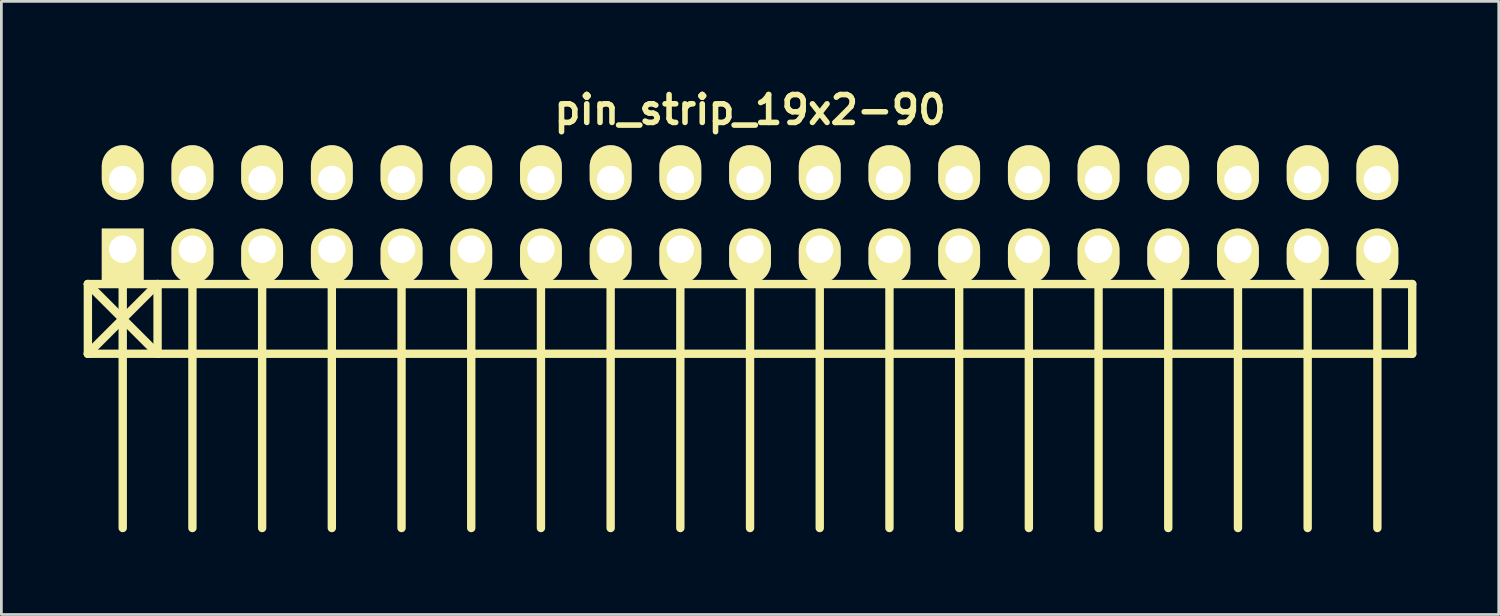
<source format=kicad_pcb>
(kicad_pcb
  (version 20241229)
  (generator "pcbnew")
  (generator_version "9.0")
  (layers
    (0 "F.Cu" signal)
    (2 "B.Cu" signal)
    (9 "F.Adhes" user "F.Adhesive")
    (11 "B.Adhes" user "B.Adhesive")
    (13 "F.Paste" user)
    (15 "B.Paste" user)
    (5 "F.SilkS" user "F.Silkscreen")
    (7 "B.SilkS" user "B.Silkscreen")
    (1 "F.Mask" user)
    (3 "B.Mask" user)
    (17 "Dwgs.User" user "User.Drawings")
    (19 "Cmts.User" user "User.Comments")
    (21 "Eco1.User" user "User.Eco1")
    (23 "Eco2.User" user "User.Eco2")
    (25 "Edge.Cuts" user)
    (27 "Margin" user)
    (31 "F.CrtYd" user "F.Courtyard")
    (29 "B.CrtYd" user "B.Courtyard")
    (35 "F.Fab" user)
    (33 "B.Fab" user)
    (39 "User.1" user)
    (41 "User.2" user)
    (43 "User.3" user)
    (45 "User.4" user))
  (footprint "pin_strip_19x2-90"
    (layer "F.Cu")
    (at 24.282 4.761)
    (property "Reference" "pin_strip_19x2-90" (at 0 -3.81 0) (layer "F.SilkS") (effects (font (size 1.016 1.016) (thickness 0.203))))
    (attr through_hole)
    (fp_line (start -24.13 2.54) (end -21.59 5.08) (stroke (width 0.305) (type solid)) (layer "F.SilkS"))
    (fp_line (start -24.13 5.08) (end -24.13 2.54) (stroke (width 0.305) (type solid)) (layer "F.SilkS"))
    (fp_line (start -24.13 5.08) (end 24.13 5.08) (stroke (width 0.305) (type solid)) (layer "F.SilkS"))
    (fp_line (start -22.86 1.27) (end -22.86 11.43) (stroke (width 0.305) (type solid)) (layer "F.SilkS"))
    (fp_line (start -21.59 2.54) (end -24.13 5.08) (stroke (width 0.305) (type solid)) (layer "F.SilkS"))
    (fp_line (start -21.59 5.08) (end -21.59 2.54) (stroke (width 0.305) (type solid)) (layer "F.SilkS"))
    (fp_line (start -20.32 1.27) (end -20.32 11.43) (stroke (width 0.305) (type solid)) (layer "F.SilkS"))
    (fp_line (start -17.78 11.43) (end -17.78 1.27) (stroke (width 0.305) (type solid)) (layer "F.SilkS"))
    (fp_line (start -15.24 1.27) (end -15.24 11.43) (stroke (width 0.305) (type solid)) (layer "F.SilkS"))
    (fp_line (start -12.7 1.27) (end -12.7 11.43) (stroke (width 0.305) (type solid)) (layer "F.SilkS"))
    (fp_line (start -10.16 1.27) (end -10.16 11.43) (stroke (width 0.305) (type solid)) (layer "F.SilkS"))
    (fp_line (start -7.62 1.27) (end -7.62 11.43) (stroke (width 0.305) (type solid)) (layer "F.SilkS"))
    (fp_line (start -5.08 1.27) (end -5.08 11.43) (stroke (width 0.305) (type solid)) (layer "F.SilkS"))
    (fp_line (start -2.54 1.27) (end -2.54 11.43) (stroke (width 0.305) (type solid)) (layer "F.SilkS"))
    (fp_line (start 0 1.27) (end 0 11.43) (stroke (width 0.305) (type solid)) (layer "F.SilkS"))
    (fp_line (start 2.54 1.27) (end 2.54 11.43) (stroke (width 0.305) (type solid)) (layer "F.SilkS"))
    (fp_line (start 5.08 1.27) (end 5.08 11.43) (stroke (width 0.305) (type solid)) (layer "F.SilkS"))
    (fp_line (start 7.62 11.43) (end 7.62 1.27) (stroke (width 0.305) (type solid)) (layer "F.SilkS"))
    (fp_line (start 10.16 1.27) (end 10.16 11.43) (stroke (width 0.305) (type solid)) (layer "F.SilkS"))
    (fp_line (start 12.7 1.27) (end 12.7 11.43) (stroke (width 0.305) (type solid)) (layer "F.SilkS"))
    (fp_line (start 15.24 1.27) (end 15.24 11.43) (stroke (width 0.305) (type solid)) (layer "F.SilkS"))
    (fp_line (start 17.78 1.27) (end 17.78 11.43) (stroke (width 0.305) (type solid)) (layer "F.SilkS"))
    (fp_line (start 20.32 1.27) (end 20.32 11.43) (stroke (width 0.305) (type solid)) (layer "F.SilkS"))
    (fp_line (start 22.86 1.27) (end 22.86 11.43) (stroke (width 0.305) (type solid)) (layer "F.SilkS"))
    (fp_line (start 24.13 2.54) (end -24.13 2.54) (stroke (width 0.305) (type solid)) (layer "F.SilkS"))
    (fp_line (start 24.13 2.54) (end 24.13 5.08) (stroke (width 0.305) (type solid)) (layer "F.SilkS"))
    (pad "1" thru_hole rect (at -22.86 1.27) (size 1.524 1.999) (drill 1.001 (offset 0 0.249)) (layers "*.Cu" "*.Mask" "F.SilkS"))
    (pad "2" thru_hole oval (at -22.86 -1.27) (size 1.524 1.999) (drill 1.001 (offset 0 -0.249)) (layers "*.Cu" "*.Mask" "F.SilkS"))
    (pad "3" thru_hole oval (at -20.32 1.27) (size 1.524 1.999) (drill 1.001 (offset 0 0.249)) (layers "*.Cu" "*.Mask" "F.SilkS"))
    (pad "4" thru_hole oval (at -20.32 -1.27) (size 1.524 1.999) (drill 1.001 (offset 0 -0.249)) (layers "*.Cu" "*.Mask" "F.SilkS"))
    (pad "5" thru_hole oval (at -17.78 1.27) (size 1.524 1.999) (drill 1.001 (offset 0 0.249)) (layers "*.Cu" "*.Mask" "F.SilkS"))
    (pad "6" thru_hole oval (at -17.78 -1.27) (size 1.524 1.999) (drill 1.001 (offset 0 -0.249)) (layers "*.Cu" "*.Mask" "F.SilkS"))
    (pad "7" thru_hole oval (at -15.24 1.27) (size 1.524 1.999) (drill 1.001 (offset 0 0.249)) (layers "*.Cu" "*.Mask" "F.SilkS"))
    (pad "8" thru_hole oval (at -15.24 -1.27) (size 1.524 1.999) (drill 1.001 (offset 0 -0.249)) (layers "*.Cu" "*.Mask" "F.SilkS"))
    (pad "9" thru_hole oval (at -12.7 1.27) (size 1.524 1.999) (drill 1.001 (offset 0 0.249)) (layers "*.Cu" "*.Mask" "F.SilkS"))
    (pad "10" thru_hole oval (at -12.7 -1.27) (size 1.524 1.999) (drill 1.001 (offset 0 -0.249)) (layers "*.Cu" "*.Mask" "F.SilkS"))
    (pad "11" thru_hole oval (at -10.16 1.27) (size 1.524 1.999) (drill 1.001 (offset 0 0.249)) (layers "*.Cu" "*.Mask" "F.SilkS"))
    (pad "12" thru_hole oval (at -10.16 -1.27) (size 1.524 1.999) (drill 1.001 (offset 0 -0.249)) (layers "*.Cu" "*.Mask" "F.SilkS"))
    (pad "13" thru_hole oval (at -7.62 1.27) (size 1.524 1.999) (drill 1.001 (offset 0 0.249)) (layers "*.Cu" "*.Mask" "F.SilkS"))
    (pad "14" thru_hole oval (at -7.62 -1.27) (size 1.524 1.999) (drill 1.001 (offset 0 -0.249)) (layers "*.Cu" "*.Mask" "F.SilkS"))
    (pad "15" thru_hole oval (at -5.08 1.27) (size 1.524 1.999) (drill 1.001 (offset 0 0.249)) (layers "*.Cu" "*.Mask" "F.SilkS"))
    (pad "16" thru_hole oval (at -5.08 -1.27) (size 1.524 1.999) (drill 1.001 (offset 0 -0.249)) (layers "*.Cu" "*.Mask" "F.SilkS"))
    (pad "17" thru_hole oval (at -2.54 1.27) (size 1.524 1.999) (drill 1.001 (offset 0 0.249)) (layers "*.Cu" "*.Mask" "F.SilkS"))
    (pad "18" thru_hole oval (at -2.54 -1.27) (size 1.524 1.999) (drill 1.001 (offset 0 -0.249)) (layers "*.Cu" "*.Mask" "F.SilkS"))
    (pad "19" thru_hole oval (at 0 1.27) (size 1.524 1.999) (drill 1.001 (offset 0 0.249)) (layers "*.Cu" "*.Mask" "F.SilkS"))
    (pad "20" thru_hole oval (at 0 -1.27) (size 1.524 1.999) (drill 1.001 (offset 0 -0.249)) (layers "*.Cu" "*.Mask" "F.SilkS"))
    (pad "21" thru_hole oval (at 2.54 1.27) (size 1.524 1.999) (drill 1.001 (offset 0 0.249)) (layers "*.Cu" "*.Mask" "F.SilkS"))
    (pad "22" thru_hole oval (at 2.54 -1.27) (size 1.524 1.999) (drill 1.001 (offset 0 -0.249)) (layers "*.Cu" "*.Mask" "F.SilkS"))
    (pad "23" thru_hole oval (at 5.08 1.27) (size 1.524 1.999) (drill 1.001 (offset 0 0.249)) (layers "*.Cu" "*.Mask" "F.SilkS"))
    (pad "24" thru_hole oval (at 5.08 -1.27) (size 1.524 1.999) (drill 1.001 (offset 0 -0.249)) (layers "*.Cu" "*.Mask" "F.SilkS"))
    (pad "25" thru_hole oval (at 7.62 1.27) (size 1.524 1.999) (drill 1.001 (offset 0 0.249)) (layers "*.Cu" "*.Mask" "F.SilkS"))
    (pad "26" thru_hole oval (at 7.62 -1.27) (size 1.524 1.999) (drill 1.001 (offset 0 -0.249)) (layers "*.Cu" "*.Mask" "F.SilkS"))
    (pad "27" thru_hole oval (at 10.16 1.27) (size 1.524 1.999) (drill 1.001 (offset 0 0.249)) (layers "*.Cu" "*.Mask" "F.SilkS"))
    (pad "28" thru_hole oval (at 10.16 -1.27) (size 1.524 1.999) (drill 1.001 (offset 0 -0.249)) (layers "*.Cu" "*.Mask" "F.SilkS"))
    (pad "29" thru_hole oval (at 12.7 1.27) (size 1.524 1.999) (drill 1.001 (offset 0 0.249)) (layers "*.Cu" "*.Mask" "F.SilkS"))
    (pad "30" thru_hole oval (at 12.7 -1.27) (size 1.524 1.999) (drill 1.001 (offset 0 -0.249)) (layers "*.Cu" "*.Mask" "F.SilkS"))
    (pad "31" thru_hole oval (at 15.24 1.27) (size 1.524 1.999) (drill 1.001 (offset 0 0.249)) (layers "*.Cu" "*.Mask" "F.SilkS"))
    (pad "32" thru_hole oval (at 15.24 -1.27) (size 1.524 1.999) (drill 1.001 (offset 0 -0.249)) (layers "*.Cu" "*.Mask" "F.SilkS"))
    (pad "33" thru_hole oval (at 17.78 1.27) (size 1.524 1.999) (drill 1.001 (offset 0 0.249)) (layers "*.Cu" "*.Mask" "F.SilkS"))
    (pad "34" thru_hole oval (at 17.78 -1.27) (size 1.524 1.999) (drill 1.001 (offset 0 -0.249)) (layers "*.Cu" "*.Mask" "F.SilkS"))
    (pad "35" thru_hole oval (at 20.32 1.27) (size 1.524 1.999) (drill 1.001 (offset 0 0.249)) (layers "*.Cu" "*.Mask" "F.SilkS"))
    (pad "36" thru_hole oval (at 20.32 -1.27) (size 1.524 1.999) (drill 1.001 (offset 0 -0.249)) (layers "*.Cu" "*.Mask" "F.SilkS"))
    (pad "37" thru_hole oval (at 22.86 1.27) (size 1.524 1.999) (drill 1.001 (offset 0 0.249)) (layers "*.Cu" "*.Mask" "F.SilkS"))
    (pad "38" thru_hole oval (at 22.86 -1.27) (size 1.524 1.999) (drill 1.001 (offset 0 -0.249)) (layers "*.Cu" "*.Mask" "F.SilkS")))
  (gr_rect
    (start -3 -3)
    (end 51.565 19.343)
    (stroke (width 0.1) (type default))
    (fill no)
    (layer "Edge.Cuts")))
</source>
